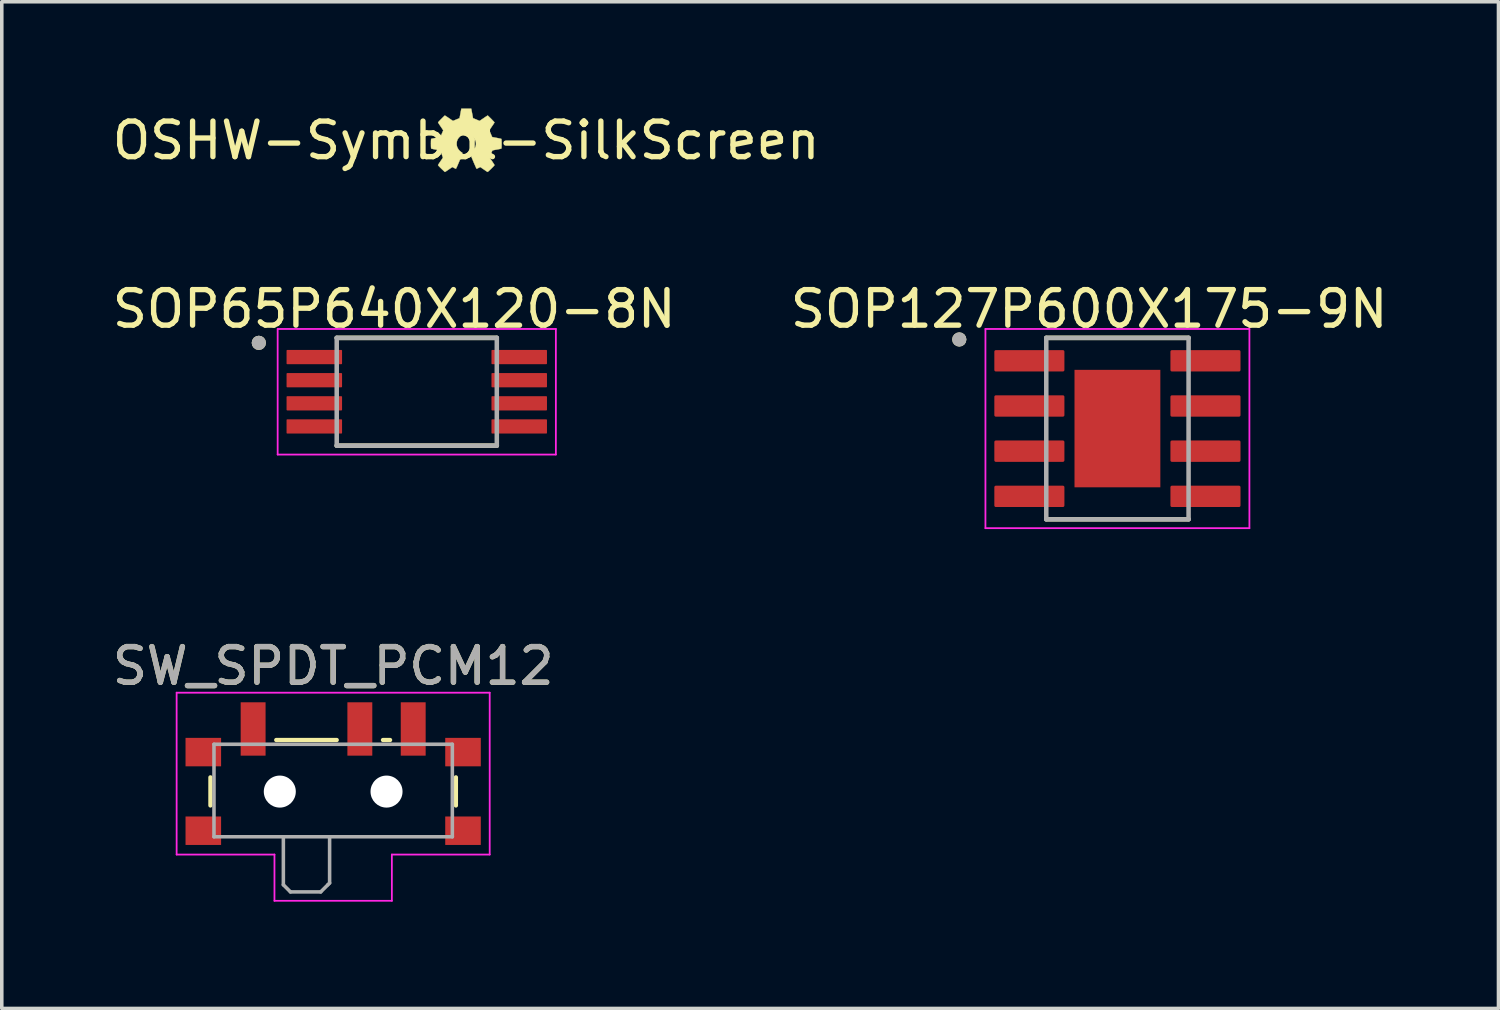
<source format=kicad_pcb>
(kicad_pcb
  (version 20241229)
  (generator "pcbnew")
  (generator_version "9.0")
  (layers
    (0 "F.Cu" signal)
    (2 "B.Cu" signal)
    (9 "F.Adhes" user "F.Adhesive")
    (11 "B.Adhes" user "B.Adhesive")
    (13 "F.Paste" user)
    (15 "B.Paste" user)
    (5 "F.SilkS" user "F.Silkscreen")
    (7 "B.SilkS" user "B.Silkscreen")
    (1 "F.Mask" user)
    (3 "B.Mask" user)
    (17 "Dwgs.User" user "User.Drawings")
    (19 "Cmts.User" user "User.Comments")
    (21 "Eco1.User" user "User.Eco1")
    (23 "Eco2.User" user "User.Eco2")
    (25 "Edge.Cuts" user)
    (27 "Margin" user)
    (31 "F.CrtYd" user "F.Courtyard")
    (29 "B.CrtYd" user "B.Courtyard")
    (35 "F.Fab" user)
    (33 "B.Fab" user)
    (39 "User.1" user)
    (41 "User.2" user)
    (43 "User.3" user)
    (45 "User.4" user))
  (footprint "OSHW-Symbol-SilkScreen"
    (layer "F.Cu")
    (at 10.054 0.898)
    (property "Reference" "OSHW-Symbol-SilkScreen" (at 0 0 0) (layer "F.SilkS") (effects (font (size 1 1) (thickness 0.15))))
    (attr exclude_from_pos_files exclude_from_bom)
    (fp_poly (pts (xy 0.167 -0.759) (xy 0.192 -0.626) (xy 0.285 -0.588) (xy 0.377 -0.549) (xy 0.489 -0.625) (xy 0.52 -0.646) (xy 0.548 -0.665) (xy 0.572 -0.681) (xy 0.59 -0.692) (xy 0.602 -0.699) (xy 0.605 -0.701) (xy 0.61 -0.697) (xy 0.622 -0.686) (xy 0.639 -0.67) (xy 0.659 -0.65) (xy 0.682 -0.628) (xy 0.706 -0.604) (xy 0.729 -0.58) (xy 0.751 -0.557) (xy 0.77 -0.537) (xy 0.784 -0.521) (xy 0.793 -0.511) (xy 0.795 -0.507) (xy 0.792 -0.501) (xy 0.784 -0.486) (xy 0.771 -0.466) (xy 0.754 -0.44) (xy 0.734 -0.411) (xy 0.723 -0.395) (xy 0.702 -0.364) (xy 0.684 -0.337) (xy 0.669 -0.314) (xy 0.658 -0.297) (xy 0.652 -0.286) (xy 0.651 -0.284) (xy 0.653 -0.278) (xy 0.659 -0.264) (xy 0.667 -0.243) (xy 0.677 -0.219) (xy 0.689 -0.192) (xy 0.7 -0.165) (xy 0.711 -0.14) (xy 0.72 -0.119) (xy 0.727 -0.104) (xy 0.731 -0.096) (xy 0.731 -0.096) (xy 0.736 -0.095) (xy 0.751 -0.092) (xy 0.774 -0.087) (xy 0.803 -0.082) (xy 0.837 -0.075) (xy 0.857 -0.072) (xy 0.893 -0.065) (xy 0.926 -0.058) (xy 0.953 -0.052) (xy 0.974 -0.047) (xy 0.986 -0.044) (xy 0.989 -0.043) (xy 0.991 -0.036) (xy 0.993 -0.019) (xy 0.994 0.005) (xy 0.996 0.034) (xy 0.996 0.066) (xy 0.996 0.1) (xy 0.996 0.134) (xy 0.995 0.165) (xy 0.994 0.191) (xy 0.992 0.212) (xy 0.99 0.224) (xy 0.988 0.227) (xy 0.981 0.23) (xy 0.964 0.235) (xy 0.941 0.24) (xy 0.913 0.245) (xy 0.904 0.247) (xy 0.857 0.256) (xy 0.821 0.262) (xy 0.793 0.268) (xy 0.772 0.272) (xy 0.757 0.276) (xy 0.747 0.279) (xy 0.741 0.281) (xy 0.738 0.284) (xy 0.737 0.285) (xy 0.732 0.293) (xy 0.724 0.309) (xy 0.715 0.331) (xy 0.704 0.358) (xy 0.693 0.386) (xy 0.683 0.414) (xy 0.673 0.44) (xy 0.666 0.462) (xy 0.661 0.478) (xy 0.66 0.485) (xy 0.66 0.486) (xy 0.664 0.492) (xy 0.674 0.506) (xy 0.687 0.526) (xy 0.705 0.552) (xy 0.724 0.58) (xy 0.73 0.588) (xy 0.749 0.617) (xy 0.767 0.644) (xy 0.781 0.666) (xy 0.791 0.683) (xy 0.795 0.693) (xy 0.795 0.694) (xy 0.792 0.701) (xy 0.781 0.713) (xy 0.765 0.731) (xy 0.745 0.752) (xy 0.722 0.775) (xy 0.698 0.799) (xy 0.674 0.822) (xy 0.651 0.843) (xy 0.631 0.862) (xy 0.615 0.875) (xy 0.605 0.883) (xy 0.602 0.884) (xy 0.596 0.881) (xy 0.582 0.873) (xy 0.564 0.862) (xy 0.55 0.852) (xy 0.525 0.835) (xy 0.495 0.814) (xy 0.465 0.794) (xy 0.449 0.783) (xy 0.394 0.746) (xy 0.348 0.771) (xy 0.327 0.781) (xy 0.309 0.79) (xy 0.297 0.795) (xy 0.294 0.795) (xy 0.291 0.79) (xy 0.283 0.776) (xy 0.273 0.755) (xy 0.26 0.726) (xy 0.246 0.693) (xy 0.229 0.656) (xy 0.212 0.616) (xy 0.195 0.575) (xy 0.178 0.534) (xy 0.161 0.494) (xy 0.146 0.457) (xy 0.133 0.423) (xy 0.122 0.395) (xy 0.114 0.373) (xy 0.11 0.359) (xy 0.109 0.354) (xy 0.115 0.348) (xy 0.127 0.338) (xy 0.144 0.326) (xy 0.145 0.325) (xy 0.188 0.291) (xy 0.223 0.251) (xy 0.249 0.206) (xy 0.267 0.158) (xy 0.275 0.108) (xy 0.273 0.057) (xy 0.261 0.008) (xy 0.24 -0.04) (xy 0.233 -0.051) (xy 0.2 -0.093) (xy 0.161 -0.127) (xy 0.117 -0.152) (xy 0.07 -0.169) (xy 0.021 -0.177) (xy -0.029 -0.176) (xy -0.078 -0.165) (xy -0.125 -0.146) (xy -0.168 -0.116) (xy -0.182 -0.104) (xy -0.216 -0.067) (xy -0.241 -0.028) (xy -0.258 0.016) (xy -0.267 0.059) (xy -0.269 0.108) (xy -0.262 0.157) (xy -0.244 0.205) (xy -0.219 0.249) (xy -0.185 0.289) (xy -0.145 0.323) (xy -0.139 0.326) (xy -0.122 0.338) (xy -0.11 0.348) (xy -0.103 0.354) (xy -0.103 0.354) (xy -0.105 0.361) (xy -0.11 0.377) (xy -0.118 0.4) (xy -0.13 0.429) (xy -0.143 0.464) (xy -0.159 0.502) (xy -0.176 0.542) (xy -0.193 0.583) (xy -0.21 0.624) (xy -0.227 0.663) (xy -0.243 0.7) (xy -0.257 0.732) (xy -0.27 0.759) (xy -0.28 0.78) (xy -0.286 0.792) (xy -0.289 0.795) (xy -0.297 0.793) (xy -0.312 0.786) (xy -0.332 0.776) (xy -0.343 0.771) (xy -0.388 0.746) (xy -0.443 0.783) (xy -0.471 0.802) (xy -0.502 0.823) (xy -0.53 0.842) (xy -0.545 0.852) (xy -0.565 0.866) (xy -0.582 0.876) (xy -0.594 0.883) (xy -0.597 0.884) (xy -0.603 0.881) (xy -0.615 0.87) (xy -0.633 0.854) (xy -0.655 0.833) (xy -0.681 0.809) (xy -0.697 0.794) (xy -0.725 0.766) (xy -0.749 0.742) (xy -0.769 0.721) (xy -0.782 0.705) (xy -0.789 0.696) (xy -0.79 0.694) (xy -0.787 0.686) (xy -0.778 0.671) (xy -0.765 0.65) (xy -0.749 0.625) (xy -0.729 0.596) (xy -0.724 0.588) (xy -0.704 0.559) (xy -0.686 0.533) (xy -0.671 0.511) (xy -0.661 0.495) (xy -0.655 0.487) (xy -0.654 0.486) (xy -0.655 0.479) (xy -0.66 0.464) (xy -0.667 0.442) (xy -0.676 0.417) (xy -0.686 0.389) (xy -0.697 0.36) (xy -0.708 0.334) (xy -0.718 0.311) (xy -0.726 0.294) (xy -0.731 0.285) (xy -0.732 0.285) (xy -0.735 0.282) (xy -0.74 0.279) (xy -0.749 0.276) (xy -0.763 0.273) (xy -0.782 0.269) (xy -0.809 0.264) (xy -0.844 0.257) (xy -0.888 0.249) (xy -0.898 0.247) (xy -0.927 0.242) (xy -0.951 0.236) (xy -0.97 0.231) (xy -0.981 0.228) (xy -0.983 0.227) (xy -0.985 0.22) (xy -0.987 0.203) (xy -0.989 0.179) (xy -0.99 0.15) (xy -0.99 0.118) (xy -0.991 0.084) (xy -0.99 0.05) (xy -0.99 0.019) (xy -0.988 -0.008) (xy -0.987 -0.028) (xy -0.984 -0.04) (xy -0.983 -0.043) (xy -0.976 -0.046) (xy -0.959 -0.05) (xy -0.935 -0.055) (xy -0.905 -0.061) (xy -0.87 -0.068) (xy -0.851 -0.072) (xy -0.816 -0.078) (xy -0.784 -0.084) (xy -0.757 -0.089) (xy -0.738 -0.093) (xy -0.727 -0.096) (xy -0.725 -0.096) (xy -0.722 -0.102) (xy -0.716 -0.116) (xy -0.707 -0.136) (xy -0.696 -0.161) (xy -0.685 -0.188) (xy -0.673 -0.215) (xy -0.663 -0.24) (xy -0.654 -0.261) (xy -0.648 -0.277) (xy -0.645 -0.284) (xy -0.645 -0.285) (xy -0.648 -0.291) (xy -0.657 -0.304) (xy -0.67 -0.324) (xy -0.687 -0.35) (xy -0.706 -0.378) (xy -0.718 -0.395) (xy -0.738 -0.425) (xy -0.757 -0.453) (xy -0.772 -0.476) (xy -0.783 -0.494) (xy -0.789 -0.505) (xy -0.79 -0.507) (xy -0.786 -0.513) (xy -0.776 -0.525) (xy -0.76 -0.542) (xy -0.74 -0.563) (xy -0.718 -0.586) (xy -0.694 -0.61) (xy -0.67 -0.634) (xy -0.648 -0.656) (xy -0.628 -0.675) (xy -0.613 -0.69) (xy -0.602 -0.699) (xy -0.599 -0.701) (xy -0.593 -0.698) (xy -0.58 -0.689) (xy -0.56 -0.676) (xy -0.534 -0.66) (xy -0.505 -0.64) (xy -0.483 -0.625) (xy -0.372 -0.549) (xy -0.186 -0.626) (xy -0.161 -0.759) (xy -0.136 -0.893) (xy 0.142 -0.893) (xy 0.167 -0.759)) (stroke (width 0.01) (type solid)) (fill yes) (layer "F.SilkS")))
  (footprint "SW_SPDT_PCM12"
    (layer "F.Cu")
    (at 6.315 18.871)
    (property "Reference" "SW_SPDT_PCM12" (at 0 -3.2 0) (layer "F.SilkS") (effects (font (size 1 1) (thickness 0.15))))
    (attr smd)
    (fp_line (start -3.45 -0.07) (end -3.45 0.72) (stroke (width 0.12) (type solid)) (layer "F.SilkS"))
    (fp_line (start -1.6 -1.12) (end 0.1 -1.12) (stroke (width 0.12) (type solid)) (layer "F.SilkS"))
    (fp_line (start 1.4 -1.12) (end 1.6 -1.12) (stroke (width 0.12) (type solid)) (layer "F.SilkS"))
    (fp_line (start 3.45 0.72) (end 3.45 -0.07) (stroke (width 0.12) (type solid)) (layer "F.SilkS"))
    (fp_line (start -4.4 -2.45) (end 4.4 -2.45) (stroke (width 0.05) (type solid)) (layer "F.CrtYd"))
    (fp_line (start -4.4 2.1) (end -4.4 -2.45) (stroke (width 0.05) (type solid)) (layer "F.CrtYd"))
    (fp_line (start -1.65 2.1) (end -4.4 2.1) (stroke (width 0.05) (type solid)) (layer "F.CrtYd"))
    (fp_line (start -1.65 3.4) (end -1.65 2.1) (stroke (width 0.05) (type solid)) (layer "F.CrtYd"))
    (fp_line (start 1.65 2.1) (end 1.65 3.4) (stroke (width 0.05) (type solid)) (layer "F.CrtYd"))
    (fp_line (start 1.65 3.4) (end -1.65 3.4) (stroke (width 0.05) (type solid)) (layer "F.CrtYd"))
    (fp_line (start 4.4 -2.45) (end 4.4 2.1) (stroke (width 0.05) (type solid)) (layer "F.CrtYd"))
    (fp_line (start 4.4 2.1) (end 1.65 2.1) (stroke (width 0.05) (type solid)) (layer "F.CrtYd"))
    (fp_line (start -3.35 -1) (end -3.35 1.6) (stroke (width 0.1) (type solid)) (layer "F.Fab"))
    (fp_line (start -3.35 1.6) (end 3.35 1.6) (stroke (width 0.1) (type solid)) (layer "F.Fab"))
    (fp_line (start -1.4 1.65) (end -1.4 2.95) (stroke (width 0.1) (type solid)) (layer "F.Fab"))
    (fp_line (start -1.4 2.95) (end -1.2 3.15) (stroke (width 0.1) (type solid)) (layer "F.Fab"))
    (fp_line (start -1.2 3.15) (end -0.35 3.15) (stroke (width 0.1) (type solid)) (layer "F.Fab"))
    (fp_line (start -0.35 3.15) (end -0.15 2.95) (stroke (width 0.1) (type solid)) (layer "F.Fab"))
    (fp_line (start -0.15 2.95) (end -0.1 2.9) (stroke (width 0.1) (type solid)) (layer "F.Fab"))
    (fp_line (start -0.1 2.9) (end -0.1 1.6) (stroke (width 0.1) (type solid)) (layer "F.Fab"))
    (fp_line (start 3.35 -1) (end -3.35 -1) (stroke (width 0.1) (type solid)) (layer "F.Fab"))
    (fp_line (start 3.35 1.6) (end 3.35 -1) (stroke (width 0.1) (type solid)) (layer "F.Fab"))
    (fp_text user "${REFERENCE}" (at 0 -3.2 0) (layer "F.Fab") (effects (font (size 1 1) (thickness 0.15))))
    (pad "" smd rect (at -3.65 -0.78) (size 1 0.8) (layers "F.Cu" "F.Mask" "F.Paste"))
    (pad "" smd rect (at -3.65 1.43) (size 1 0.8) (layers "F.Cu" "F.Mask" "F.Paste"))
    (pad "" np_thru_hole circle (at -1.5 0.33) (size 0.9 0.9) (drill 0.9) (layers "*.Cu" "*.Mask"))
    (pad "" np_thru_hole circle (at 1.5 0.33) (size 0.9 0.9) (drill 0.9) (layers "*.Cu" "*.Mask"))
    (pad "" smd rect (at 3.65 -0.78) (size 1 0.8) (layers "F.Cu" "F.Mask" "F.Paste"))
    (pad "" smd rect (at 3.65 1.43) (size 1 0.8) (layers "F.Cu" "F.Mask" "F.Paste"))
    (pad "1" smd rect (at -2.25 -1.43) (size 0.7 1.5) (layers "F.Cu" "F.Mask" "F.Paste"))
    (pad "2" smd rect (at 0.75 -1.43) (size 0.7 1.5) (layers "F.Cu" "F.Mask" "F.Paste"))
    (pad "3" smd rect (at 2.25 -1.43) (size 0.7 1.5) (layers "F.Cu" "F.Mask" "F.Paste")))
  (footprint "SOP65P640X120-8N"
    (layer "F.Cu")
    (at 8.665 7.962)
    (property "Reference" "SOP65P640X120-8N" (at -0.635 -2.327 0) (layer "F.SilkS") (effects (font (size 1 1) (thickness 0.15))))
    (attr through_hole)
    (fp_line (start -2.25 -1.515) (end 2.25 -1.515) (stroke (width 0.127) (type solid)) (layer "F.SilkS"))
    (fp_line (start -2.25 1.515) (end 2.25 1.515) (stroke (width 0.127) (type solid)) (layer "F.SilkS"))
    (fp_circle (center -4.44 -1.375) (end -4.34 -1.375) (stroke (width 0.2) (type solid)) (fill no) (layer "F.SilkS"))
    (fp_line (start -3.91 -1.765) (end -3.91 1.765) (stroke (width 0.05) (type solid)) (layer "F.CrtYd"))
    (fp_line (start -3.91 -1.765) (end 3.91 -1.765) (stroke (width 0.05) (type solid)) (layer "F.CrtYd"))
    (fp_line (start -3.91 1.765) (end 3.91 1.765) (stroke (width 0.05) (type solid)) (layer "F.CrtYd"))
    (fp_line (start 3.91 -1.765) (end 3.91 1.765) (stroke (width 0.05) (type solid)) (layer "F.CrtYd"))
    (fp_line (start -2.25 -1.515) (end -2.25 1.515) (stroke (width 0.127) (type solid)) (layer "F.Fab"))
    (fp_line (start -2.25 -1.515) (end 2.25 -1.515) (stroke (width 0.127) (type solid)) (layer "F.Fab"))
    (fp_line (start -2.25 1.515) (end 2.25 1.515) (stroke (width 0.127) (type solid)) (layer "F.Fab"))
    (fp_line (start 2.25 -1.515) (end 2.25 1.515) (stroke (width 0.127) (type solid)) (layer "F.Fab"))
    (fp_circle (center -4.44 -1.375) (end -4.34 -1.375) (stroke (width 0.2) (type solid)) (fill no) (layer "F.Fab"))
    (pad "1" smd roundrect (at -2.88 -0.975) (size 1.56 0.4) (layers "F.Cu" "F.Mask" "F.Paste") (roundrect_rratio 0.05))
    (pad "2" smd roundrect (at -2.88 -0.325) (size 1.56 0.4) (layers "F.Cu" "F.Mask" "F.Paste") (roundrect_rratio 0.05))
    (pad "3" smd roundrect (at -2.88 0.325) (size 1.56 0.4) (layers "F.Cu" "F.Mask" "F.Paste") (roundrect_rratio 0.05))
    (pad "4" smd roundrect (at -2.88 0.975) (size 1.56 0.4) (layers "F.Cu" "F.Mask" "F.Paste") (roundrect_rratio 0.05))
    (pad "5" smd roundrect (at 2.88 0.975) (size 1.56 0.4) (layers "F.Cu" "F.Mask" "F.Paste") (roundrect_rratio 0.05))
    (pad "6" smd roundrect (at 2.88 0.325) (size 1.56 0.4) (layers "F.Cu" "F.Mask" "F.Paste") (roundrect_rratio 0.05))
    (pad "7" smd roundrect (at 2.88 -0.325) (size 1.56 0.4) (layers "F.Cu" "F.Mask" "F.Paste") (roundrect_rratio 0.05))
    (pad "8" smd roundrect (at 2.88 -0.975) (size 1.56 0.4) (layers "F.Cu" "F.Mask" "F.Paste") (roundrect_rratio 0.05)))
  (footprint "SOP127P600X175-9N"
    (layer "F.Cu")
    (at 28.36 8.997)
    (property "Reference" "SOP127P600X175-9N" (at -0.795 -3.362 0) (layer "F.SilkS") (effects (font (size 1 1) (thickness 0.15))))
    (attr through_hole)
    (fp_line (start -2 -2.55) (end 2 -2.55) (stroke (width 0.127) (type solid)) (layer "F.SilkS"))
    (fp_line (start -2 2.55) (end 2 2.55) (stroke (width 0.127) (type solid)) (layer "F.SilkS"))
    (fp_circle (center -4.445 -2.505) (end -4.345 -2.505) (stroke (width 0.2) (type solid)) (fill no) (layer "F.SilkS"))
    (fp_poly (pts (xy -0.645 -0.82) (xy 0.645 -0.82) (xy 0.645 0.82) (xy -0.645 0.82)) (stroke (width 0.01) (type solid)) (fill yes) (layer "F.Paste"))
    (fp_line (start -3.71 -2.8) (end -3.71 2.8) (stroke (width 0.05) (type solid)) (layer "F.CrtYd"))
    (fp_line (start -3.71 -2.8) (end 3.71 -2.8) (stroke (width 0.05) (type solid)) (layer "F.CrtYd"))
    (fp_line (start -3.71 2.8) (end 3.71 2.8) (stroke (width 0.05) (type solid)) (layer "F.CrtYd"))
    (fp_line (start 3.71 -2.8) (end 3.71 2.8) (stroke (width 0.05) (type solid)) (layer "F.CrtYd"))
    (fp_line (start -2 -2.55) (end -2 2.55) (stroke (width 0.127) (type solid)) (layer "F.Fab"))
    (fp_line (start -2 -2.55) (end 2 -2.55) (stroke (width 0.127) (type solid)) (layer "F.Fab"))
    (fp_line (start -2 2.55) (end 2 2.55) (stroke (width 0.127) (type solid)) (layer "F.Fab"))
    (fp_line (start 2 -2.55) (end 2 2.55) (stroke (width 0.127) (type solid)) (layer "F.Fab"))
    (fp_circle (center -4.445 -2.505) (end -4.345 -2.505) (stroke (width 0.2) (type solid)) (fill no) (layer "F.Fab"))
    (pad "1" smd roundrect (at -2.475 -1.905) (size 1.97 0.6) (layers "F.Cu" "F.Mask" "F.Paste") (roundrect_rratio 0.07))
    (pad "2" smd roundrect (at -2.475 -0.635) (size 1.97 0.6) (layers "F.Cu" "F.Mask" "F.Paste") (roundrect_rratio 0.07))
    (pad "3" smd roundrect (at -2.475 0.635) (size 1.97 0.6) (layers "F.Cu" "F.Mask" "F.Paste") (roundrect_rratio 0.07))
    (pad "4" smd roundrect (at -2.475 1.905) (size 1.97 0.6) (layers "F.Cu" "F.Mask" "F.Paste") (roundrect_rratio 0.07))
    (pad "5" smd roundrect (at 2.475 1.905) (size 1.97 0.6) (layers "F.Cu" "F.Mask" "F.Paste") (roundrect_rratio 0.07))
    (pad "6" smd roundrect (at 2.475 0.635) (size 1.97 0.6) (layers "F.Cu" "F.Mask" "F.Paste") (roundrect_rratio 0.07))
    (pad "7" smd roundrect (at 2.475 -0.635) (size 1.97 0.6) (layers "F.Cu" "F.Mask" "F.Paste") (roundrect_rratio 0.07))
    (pad "8" smd roundrect (at 2.475 -1.905) (size 1.97 0.6) (layers "F.Cu" "F.Mask" "F.Paste") (roundrect_rratio 0.07))
    (pad "9" smd rect (at 0 0) (size 2.413 3.302) (layers "F.Cu" "F.Mask")))
  (gr_rect
    (start -3 -3)
    (end 39.071 25.296)
    (stroke (width 0.1) (type default))
    (fill no)
    (layer "Edge.Cuts")))
</source>
